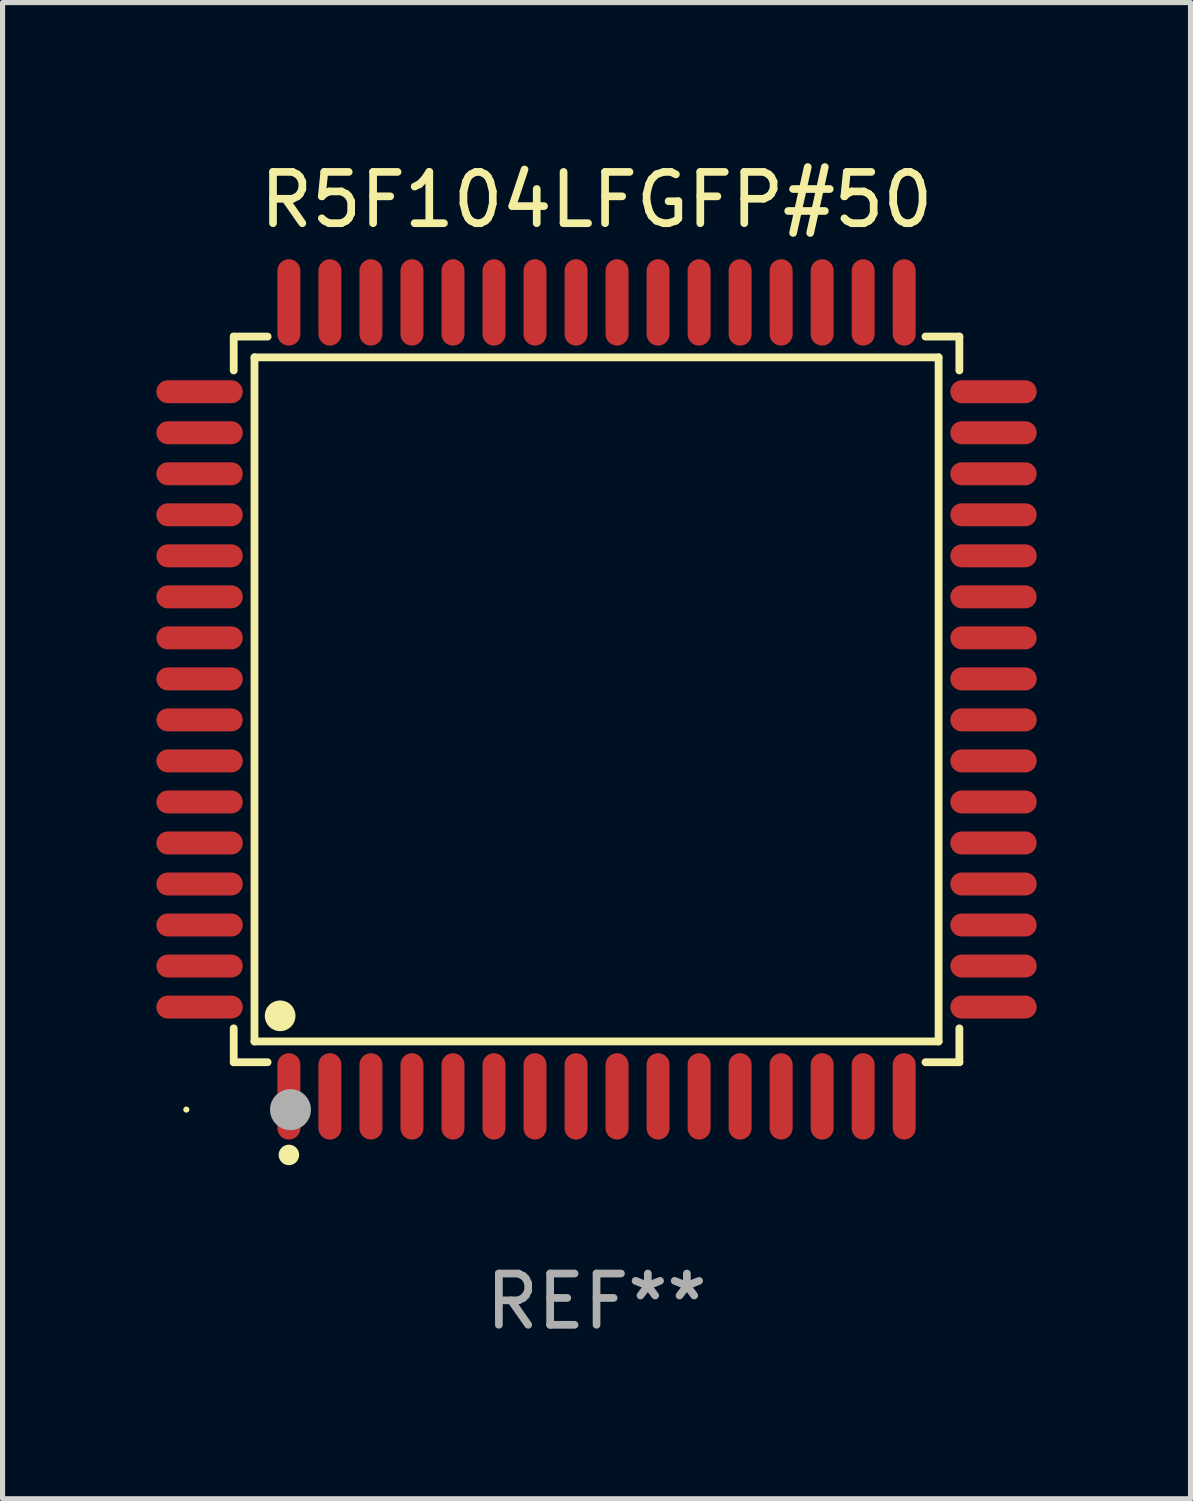
<source format=kicad_pcb>
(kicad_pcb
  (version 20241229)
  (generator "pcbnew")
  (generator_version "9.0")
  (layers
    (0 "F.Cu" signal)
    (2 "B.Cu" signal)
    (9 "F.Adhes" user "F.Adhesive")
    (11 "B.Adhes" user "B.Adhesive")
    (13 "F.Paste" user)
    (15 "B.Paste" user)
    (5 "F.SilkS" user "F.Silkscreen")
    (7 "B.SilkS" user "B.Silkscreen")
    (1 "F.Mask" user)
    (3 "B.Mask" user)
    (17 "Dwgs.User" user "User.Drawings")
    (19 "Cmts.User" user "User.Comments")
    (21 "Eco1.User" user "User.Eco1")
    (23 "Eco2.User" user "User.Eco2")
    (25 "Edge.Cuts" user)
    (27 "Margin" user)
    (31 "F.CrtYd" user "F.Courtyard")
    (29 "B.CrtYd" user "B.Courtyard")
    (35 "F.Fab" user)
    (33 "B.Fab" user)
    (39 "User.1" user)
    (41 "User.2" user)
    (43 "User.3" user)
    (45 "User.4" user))
  (footprint "R5F104LFGFP#50"
    (layer "F.Cu")
    (at 8.584 10.59)
    (property "Reference" "R5F104LFGFP#50" (at 0 -9.742 0) (layer "F.SilkS") (effects (font (size 1 1) (thickness 0.15))))
    (attr through_hole)
    (fp_line (start -7.076 -7.076) (end -6.415 -7.076) (stroke (width 0.152) (type solid)) (layer "F.SilkS"))
    (fp_line (start -7.076 -6.415) (end -7.076 -7.076) (stroke (width 0.152) (type solid)) (layer "F.SilkS"))
    (fp_line (start -7.076 6.415) (end -7.076 7.076) (stroke (width 0.152) (type solid)) (layer "F.SilkS"))
    (fp_line (start -7.076 7.076) (end -6.415 7.076) (stroke (width 0.152) (type solid)) (layer "F.SilkS"))
    (fp_line (start -6.671 -6.671) (end 6.671 -6.671) (stroke (width 0.152) (type solid)) (layer "F.SilkS"))
    (fp_line (start -6.671 6.671) (end -6.671 -6.671) (stroke (width 0.152) (type solid)) (layer "F.SilkS"))
    (fp_line (start 6.671 -6.671) (end 6.671 6.671) (stroke (width 0.152) (type solid)) (layer "F.SilkS"))
    (fp_line (start 6.671 6.671) (end -6.671 6.671) (stroke (width 0.152) (type solid)) (layer "F.SilkS"))
    (fp_line (start 7.076 -7.076) (end 6.415 -7.076) (stroke (width 0.152) (type solid)) (layer "F.SilkS"))
    (fp_line (start 7.076 -6.415) (end 7.076 -7.076) (stroke (width 0.152) (type solid)) (layer "F.SilkS"))
    (fp_line (start 7.076 6.415) (end 7.076 7.076) (stroke (width 0.152) (type solid)) (layer "F.SilkS"))
    (fp_line (start 7.076 7.076) (end 6.415 7.076) (stroke (width 0.152) (type solid)) (layer "F.SilkS"))
    (fp_circle (center -8 8) (end -7.97 8) (stroke (width 0.06) (type solid)) (fill no) (layer "F.SilkS"))
    (fp_circle (center -6.171 6.171) (end -6.021 6.171) (stroke (width 0.3) (type solid)) (fill no) (layer "F.SilkS"))
    (fp_circle (center -6 8.884) (end -5.9 8.884) (stroke (width 0.2) (type solid)) (fill no) (layer "F.SilkS"))
    (fp_circle (center -5.969 8.001) (end -5.769 8.001) (stroke (width 0.4) (type solid)) (fill no) (layer "F.Fab"))
    (fp_text user "REF**" (at 0 11.742 0) (layer "F.Fab") (effects (font (size 1 1) (thickness 0.15))))
    (pad "1" smd oval (at -6 7.742) (size 0.448 1.684) (layers "F.Cu" "F.Mask" "F.Paste"))
    (pad "2" smd oval (at -5.2 7.742) (size 0.448 1.684) (layers "F.Cu" "F.Mask" "F.Paste"))
    (pad "3" smd oval (at -4.4 7.742) (size 0.448 1.684) (layers "F.Cu" "F.Mask" "F.Paste"))
    (pad "4" smd oval (at -3.6 7.742) (size 0.448 1.684) (layers "F.Cu" "F.Mask" "F.Paste"))
    (pad "5" smd oval (at -2.8 7.742) (size 0.448 1.684) (layers "F.Cu" "F.Mask" "F.Paste"))
    (pad "6" smd oval (at -2 7.742) (size 0.448 1.684) (layers "F.Cu" "F.Mask" "F.Paste"))
    (pad "7" smd oval (at -1.2 7.742) (size 0.448 1.684) (layers "F.Cu" "F.Mask" "F.Paste"))
    (pad "8" smd oval (at -0.4 7.742) (size 0.448 1.684) (layers "F.Cu" "F.Mask" "F.Paste"))
    (pad "9" smd oval (at 0.4 7.742) (size 0.448 1.684) (layers "F.Cu" "F.Mask" "F.Paste"))
    (pad "10" smd oval (at 1.2 7.742) (size 0.448 1.684) (layers "F.Cu" "F.Mask" "F.Paste"))
    (pad "11" smd oval (at 2 7.742) (size 0.448 1.684) (layers "F.Cu" "F.Mask" "F.Paste"))
    (pad "12" smd oval (at 2.8 7.742) (size 0.448 1.684) (layers "F.Cu" "F.Mask" "F.Paste"))
    (pad "13" smd oval (at 3.6 7.742) (size 0.448 1.684) (layers "F.Cu" "F.Mask" "F.Paste"))
    (pad "14" smd oval (at 4.4 7.742) (size 0.448 1.684) (layers "F.Cu" "F.Mask" "F.Paste"))
    (pad "15" smd oval (at 5.2 7.742) (size 0.448 1.684) (layers "F.Cu" "F.Mask" "F.Paste"))
    (pad "16" smd oval (at 6 7.742) (size 0.448 1.684) (layers "F.Cu" "F.Mask" "F.Paste"))
    (pad "17" smd oval (at 7.742 6) (size 1.684 0.448) (layers "F.Cu" "F.Mask" "F.Paste"))
    (pad "18" smd oval (at 7.742 5.2) (size 1.684 0.448) (layers "F.Cu" "F.Mask" "F.Paste"))
    (pad "19" smd oval (at 7.742 4.4) (size 1.684 0.448) (layers "F.Cu" "F.Mask" "F.Paste"))
    (pad "20" smd oval (at 7.742 3.6) (size 1.684 0.448) (layers "F.Cu" "F.Mask" "F.Paste"))
    (pad "21" smd oval (at 7.742 2.8) (size 1.684 0.448) (layers "F.Cu" "F.Mask" "F.Paste"))
    (pad "22" smd oval (at 7.742 2) (size 1.684 0.448) (layers "F.Cu" "F.Mask" "F.Paste"))
    (pad "23" smd oval (at 7.742 1.2) (size 1.684 0.448) (layers "F.Cu" "F.Mask" "F.Paste"))
    (pad "24" smd oval (at 7.742 0.4) (size 1.684 0.448) (layers "F.Cu" "F.Mask" "F.Paste"))
    (pad "25" smd oval (at 7.742 -0.4) (size 1.684 0.448) (layers "F.Cu" "F.Mask" "F.Paste"))
    (pad "26" smd oval (at 7.742 -1.2) (size 1.684 0.448) (layers "F.Cu" "F.Mask" "F.Paste"))
    (pad "27" smd oval (at 7.742 -2) (size 1.684 0.448) (layers "F.Cu" "F.Mask" "F.Paste"))
    (pad "28" smd oval (at 7.742 -2.8) (size 1.684 0.448) (layers "F.Cu" "F.Mask" "F.Paste"))
    (pad "29" smd oval (at 7.742 -3.6) (size 1.684 0.448) (layers "F.Cu" "F.Mask" "F.Paste"))
    (pad "30" smd oval (at 7.742 -4.4) (size 1.684 0.448) (layers "F.Cu" "F.Mask" "F.Paste"))
    (pad "31" smd oval (at 7.742 -5.2) (size 1.684 0.448) (layers "F.Cu" "F.Mask" "F.Paste"))
    (pad "32" smd oval (at 7.742 -6) (size 1.684 0.448) (layers "F.Cu" "F.Mask" "F.Paste"))
    (pad "33" smd oval (at 6 -7.742) (size 0.448 1.684) (layers "F.Cu" "F.Mask" "F.Paste"))
    (pad "34" smd oval (at 5.2 -7.742) (size 0.448 1.684) (layers "F.Cu" "F.Mask" "F.Paste"))
    (pad "35" smd oval (at 4.4 -7.742) (size 0.448 1.684) (layers "F.Cu" "F.Mask" "F.Paste"))
    (pad "36" smd oval (at 3.6 -7.742) (size 0.448 1.684) (layers "F.Cu" "F.Mask" "F.Paste"))
    (pad "37" smd oval (at 2.8 -7.742) (size 0.448 1.684) (layers "F.Cu" "F.Mask" "F.Paste"))
    (pad "38" smd oval (at 2 -7.742) (size 0.448 1.684) (layers "F.Cu" "F.Mask" "F.Paste"))
    (pad "39" smd oval (at 1.2 -7.742) (size 0.448 1.684) (layers "F.Cu" "F.Mask" "F.Paste"))
    (pad "40" smd oval (at 0.4 -7.742) (size 0.448 1.684) (layers "F.Cu" "F.Mask" "F.Paste"))
    (pad "41" smd oval (at -0.4 -7.742) (size 0.448 1.684) (layers "F.Cu" "F.Mask" "F.Paste"))
    (pad "42" smd oval (at -1.2 -7.742) (size 0.448 1.684) (layers "F.Cu" "F.Mask" "F.Paste"))
    (pad "43" smd oval (at -2 -7.742) (size 0.448 1.684) (layers "F.Cu" "F.Mask" "F.Paste"))
    (pad "44" smd oval (at -2.8 -7.742) (size 0.448 1.684) (layers "F.Cu" "F.Mask" "F.Paste"))
    (pad "45" smd oval (at -3.6 -7.742) (size 0.448 1.684) (layers "F.Cu" "F.Mask" "F.Paste"))
    (pad "46" smd oval (at -4.4 -7.742) (size 0.448 1.684) (layers "F.Cu" "F.Mask" "F.Paste"))
    (pad "47" smd oval (at -5.2 -7.742) (size 0.448 1.684) (layers "F.Cu" "F.Mask" "F.Paste"))
    (pad "48" smd oval (at -6 -7.742) (size 0.448 1.684) (layers "F.Cu" "F.Mask" "F.Paste"))
    (pad "49" smd oval (at -7.742 -6) (size 1.684 0.448) (layers "F.Cu" "F.Mask" "F.Paste"))
    (pad "50" smd oval (at -7.742 -5.2) (size 1.684 0.448) (layers "F.Cu" "F.Mask" "F.Paste"))
    (pad "51" smd oval (at -7.742 -4.4) (size 1.684 0.448) (layers "F.Cu" "F.Mask" "F.Paste"))
    (pad "52" smd oval (at -7.742 -3.6) (size 1.684 0.448) (layers "F.Cu" "F.Mask" "F.Paste"))
    (pad "53" smd oval (at -7.742 -2.8) (size 1.684 0.448) (layers "F.Cu" "F.Mask" "F.Paste"))
    (pad "54" smd oval (at -7.742 -2) (size 1.684 0.448) (layers "F.Cu" "F.Mask" "F.Paste"))
    (pad "55" smd oval (at -7.742 -1.2) (size 1.684 0.448) (layers "F.Cu" "F.Mask" "F.Paste"))
    (pad "56" smd oval (at -7.742 -0.4) (size 1.684 0.448) (layers "F.Cu" "F.Mask" "F.Paste"))
    (pad "57" smd oval (at -7.742 0.4) (size 1.684 0.448) (layers "F.Cu" "F.Mask" "F.Paste"))
    (pad "58" smd oval (at -7.742 1.2) (size 1.684 0.448) (layers "F.Cu" "F.Mask" "F.Paste"))
    (pad "59" smd oval (at -7.742 2) (size 1.684 0.448) (layers "F.Cu" "F.Mask" "F.Paste"))
    (pad "60" smd oval (at -7.742 2.8) (size 1.684 0.448) (layers "F.Cu" "F.Mask" "F.Paste"))
    (pad "61" smd oval (at -7.742 3.6) (size 1.684 0.448) (layers "F.Cu" "F.Mask" "F.Paste"))
    (pad "62" smd oval (at -7.742 4.4) (size 1.684 0.448) (layers "F.Cu" "F.Mask" "F.Paste"))
    (pad "63" smd oval (at -7.742 5.2) (size 1.684 0.448) (layers "F.Cu" "F.Mask" "F.Paste"))
    (pad "64" smd oval (at -7.742 6) (size 1.684 0.448) (layers "F.Cu" "F.Mask" "F.Paste")))
  (gr_rect
    (start -3 -3)
    (end 20.168 26.18)
    (stroke (width 0.1) (type default))
    (fill no)
    (layer "Edge.Cuts")))
</source>
